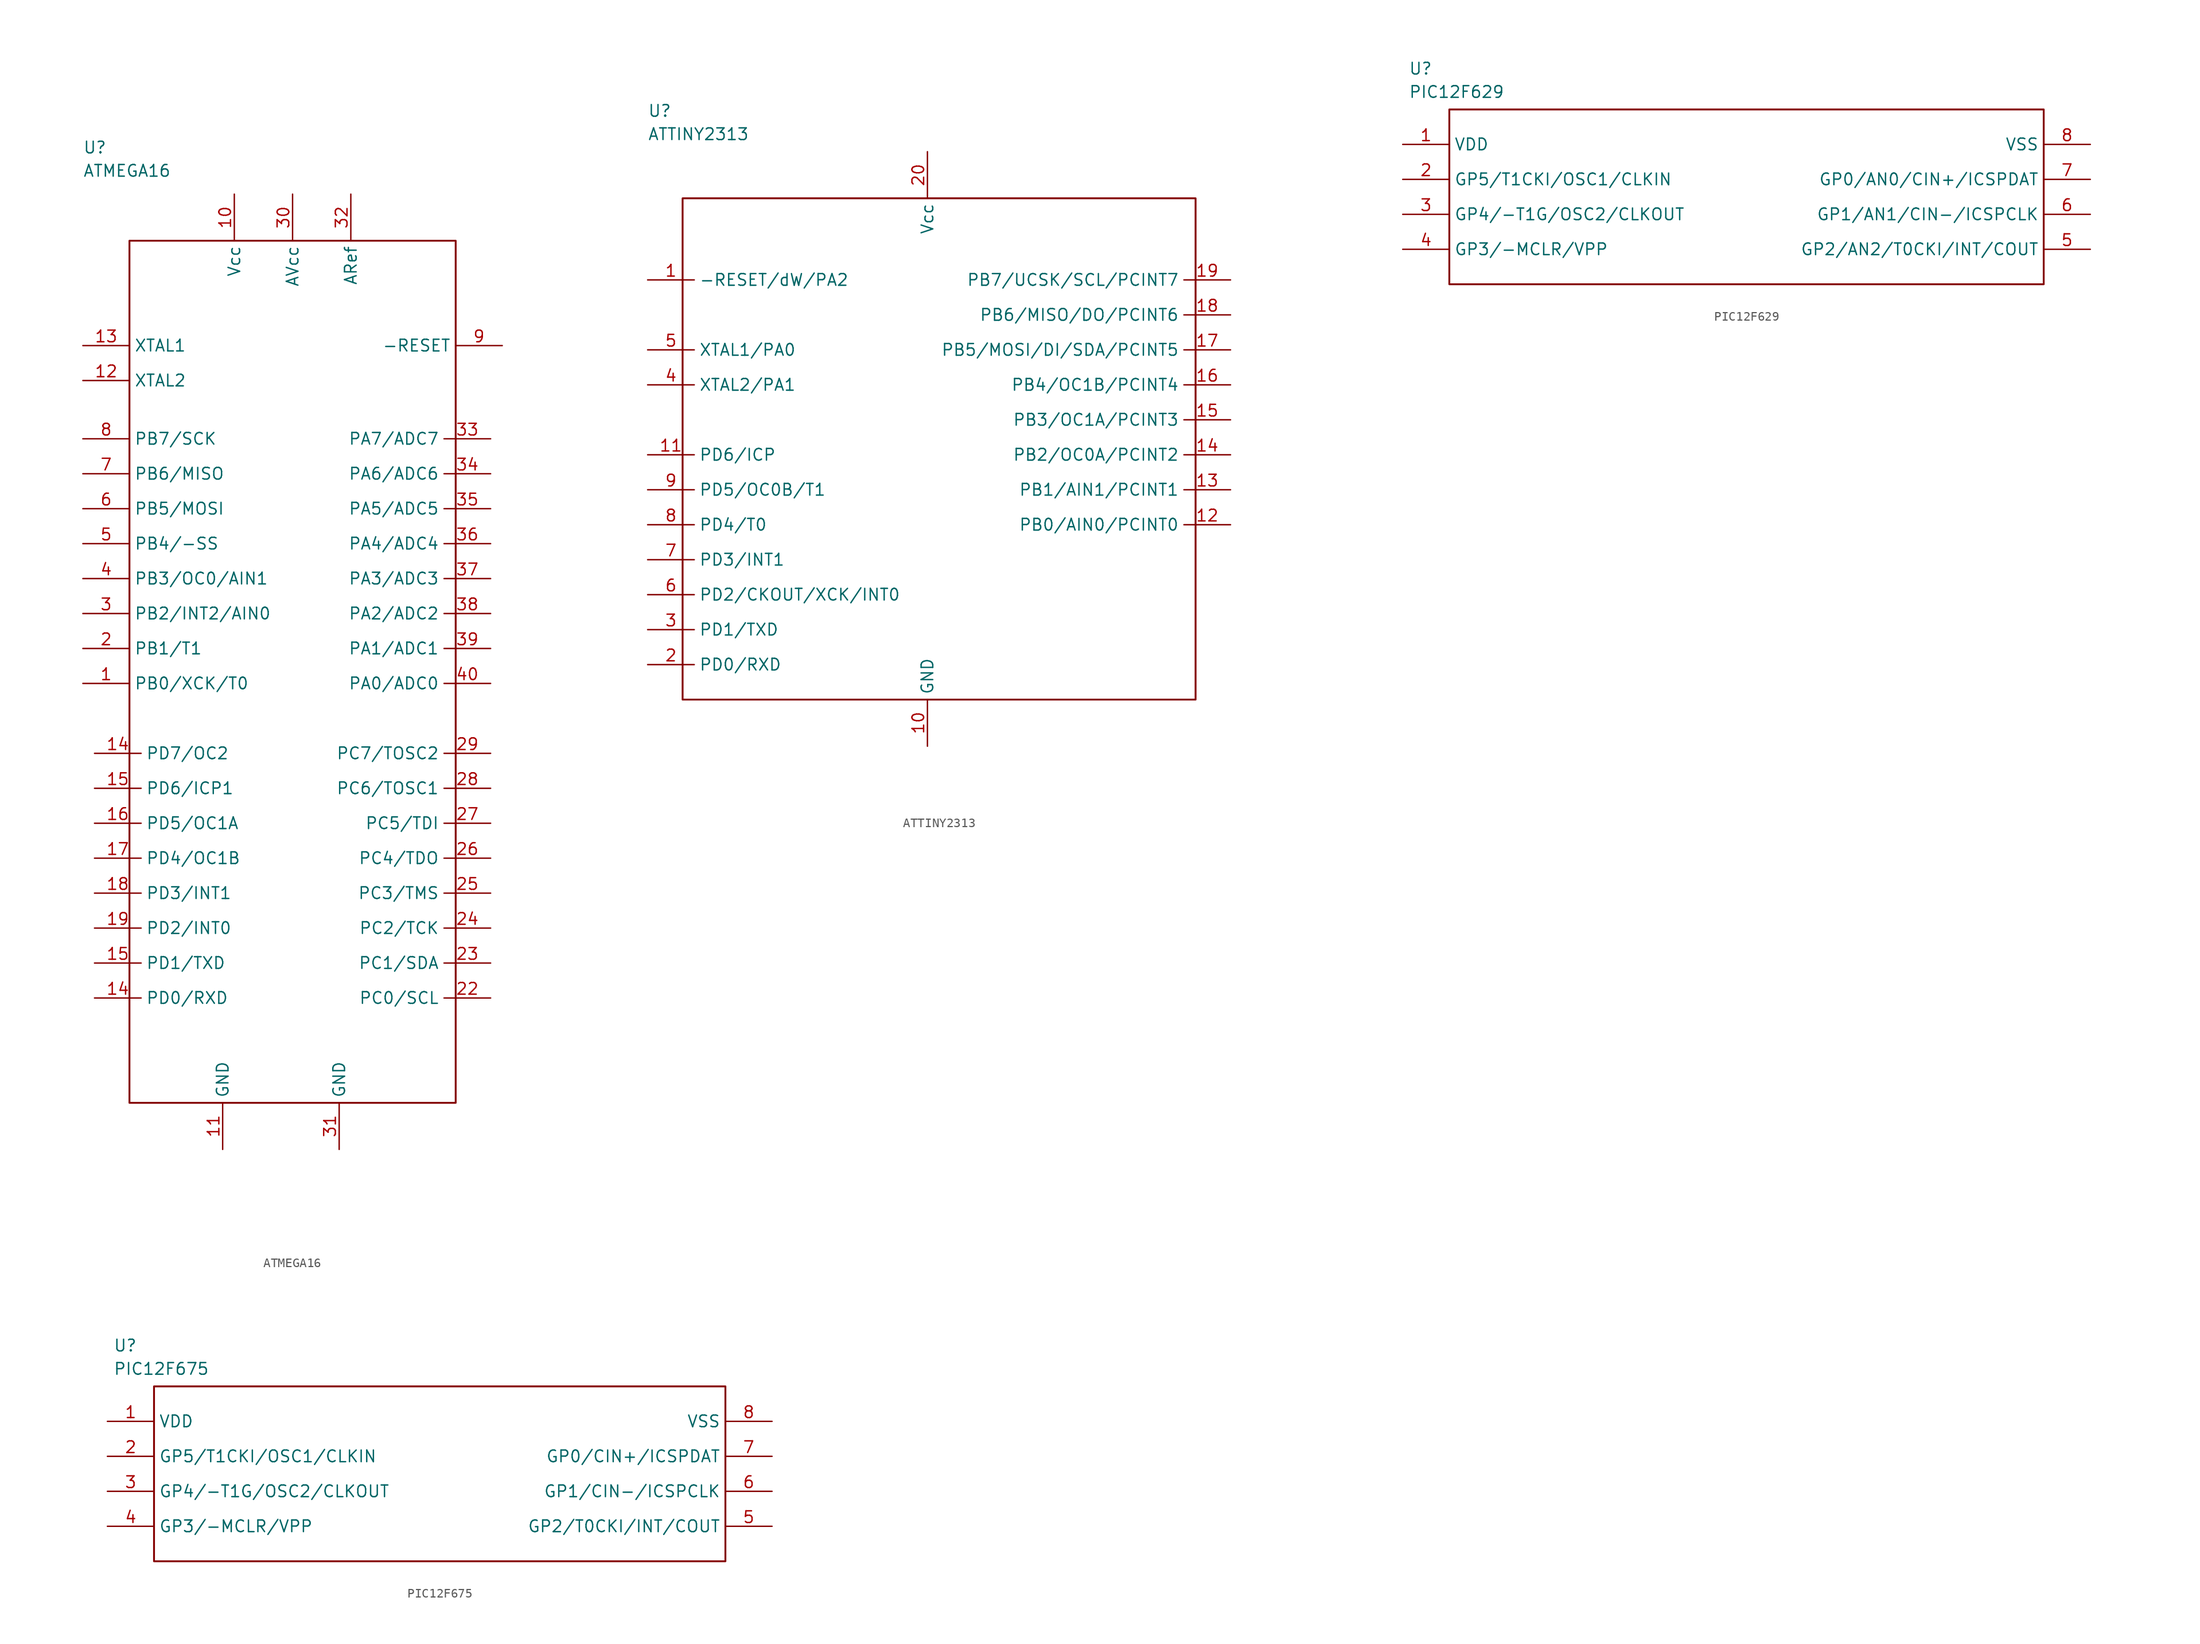
<source format=kicad_sym>
(kicad_symbol_lib
  (version 20211014)
  (generator kicad_symbol_editor)
  (symbol "ATMEGA16"
    (property "Reference" "U"
      (at -22.86 57.15 0)
      (effects (font (size 1.27 1.27)) (justify left)))
    (property "Value" "ATMEGA16"
      (at -22.86 54.61 0)
      (effects (font (size 1.27 1.27)) (justify left)))
    (property "ki_locked" ""
      (at 0 0 0)
      (effects (font (size 1.27 1.27))))
    (symbol "ATMEGA16_0_0"
      (rectangle (start -17.78 46.99) (end 17.78 -46.99) (stroke (width 0.203) (type default) (color 0 0 0 0)) (fill (type none))))
    (symbol "ATMEGA16_1_0"
      (pin unspecified line (at -22.86 -1.27 0) (length 5.08) (name "PB0/XCK/T0" (effects (font (size 1.27 1.27)))) (number "1" (effects (font (size 1.27 1.27)))))
      (pin unspecified line (at -6.35 52.07 270) (length 5.08) (name "Vcc" (effects (font (size 1.27 1.27)))) (number "10" (effects (font (size 1.27 1.27)))))
      (pin unspecified line (at -7.62 -52.07 90) (length 5.08) (name "GND" (effects (font (size 1.27 1.27)))) (number "11" (effects (font (size 1.27 1.27)))))
      (pin unspecified line (at -22.86 31.75 0) (length 5.08) (name "XTAL2" (effects (font (size 1.27 1.27)))) (number "12" (effects (font (size 1.27 1.27)))))
      (pin unspecified line (at -22.86 35.56 0) (length 5.08) (name "XTAL1" (effects (font (size 1.27 1.27)))) (number "13" (effects (font (size 1.27 1.27)))))
      (pin unspecified line (at -21.59 -35.56 0) (length 5.08) (name "PD0/RXD" (effects (font (size 1.27 1.27)))) (number "14" (effects (font (size 1.27 1.27)))))
      (pin unspecified line (at -21.59 -8.89 0) (length 5.08) (name "PD7/OC2" (effects (font (size 1.27 1.27)))) (number "14" (effects (font (size 1.27 1.27)))))
      (pin unspecified line (at -21.59 -31.75 0) (length 5.08) (name "PD1/TXD" (effects (font (size 1.27 1.27)))) (number "15" (effects (font (size 1.27 1.27)))))
      (pin unspecified line (at -21.59 -12.7 0) (length 5.08) (name "PD6/ICP1" (effects (font (size 1.27 1.27)))) (number "15" (effects (font (size 1.27 1.27)))))
      (pin unspecified line (at -21.59 -16.51 0) (length 5.08) (name "PD5/OC1A" (effects (font (size 1.27 1.27)))) (number "16" (effects (font (size 1.27 1.27)))))
      (pin unspecified line (at -21.59 -20.32 0) (length 5.08) (name "PD4/OC1B" (effects (font (size 1.27 1.27)))) (number "17" (effects (font (size 1.27 1.27)))))
      (pin unspecified line (at -21.59 -24.13 0) (length 5.08) (name "PD3/INT1" (effects (font (size 1.27 1.27)))) (number "18" (effects (font (size 1.27 1.27)))))
      (pin unspecified line (at -21.59 -27.94 0) (length 5.08) (name "PD2/INT0" (effects (font (size 1.27 1.27)))) (number "19" (effects (font (size 1.27 1.27)))))
      (pin unspecified line (at -22.86 2.54 0) (length 5.08) (name "PB1/T1" (effects (font (size 1.27 1.27)))) (number "2" (effects (font (size 1.27 1.27)))))
      (pin unspecified line (at 21.59 -35.56 180) (length 5.08) (name "PC0/SCL" (effects (font (size 1.27 1.27)))) (number "22" (effects (font (size 1.27 1.27)))))
      (pin unspecified line (at 21.59 -31.75 180) (length 5.08) (name "PC1/SDA" (effects (font (size 1.27 1.27)))) (number "23" (effects (font (size 1.27 1.27)))))
      (pin unspecified line (at 21.59 -27.94 180) (length 5.08) (name "PC2/TCK" (effects (font (size 1.27 1.27)))) (number "24" (effects (font (size 1.27 1.27)))))
      (pin unspecified line (at 21.59 -24.13 180) (length 5.08) (name "PC3/TMS" (effects (font (size 1.27 1.27)))) (number "25" (effects (font (size 1.27 1.27)))))
      (pin unspecified line (at 21.59 -20.32 180) (length 5.08) (name "PC4/TDO" (effects (font (size 1.27 1.27)))) (number "26" (effects (font (size 1.27 1.27)))))
      (pin unspecified line (at 21.59 -16.51 180) (length 5.08) (name "PC5/TDI" (effects (font (size 1.27 1.27)))) (number "27" (effects (font (size 1.27 1.27)))))
      (pin unspecified line (at 21.59 -12.7 180) (length 5.08) (name "PC6/TOSC1" (effects (font (size 1.27 1.27)))) (number "28" (effects (font (size 1.27 1.27)))))
      (pin unspecified line (at 21.59 -8.89 180) (length 5.08) (name "PC7/TOSC2" (effects (font (size 1.27 1.27)))) (number "29" (effects (font (size 1.27 1.27)))))
      (pin unspecified line (at -22.86 6.35 0) (length 5.08) (name "PB2/INT2/AIN0" (effects (font (size 1.27 1.27)))) (number "3" (effects (font (size 1.27 1.27)))))
      (pin unspecified line (at 0 52.07 270) (length 5.08) (name "AVcc" (effects (font (size 1.27 1.27)))) (number "30" (effects (font (size 1.27 1.27)))))
      (pin unspecified line (at 5.08 -52.07 90) (length 5.08) (name "GND" (effects (font (size 1.27 1.27)))) (number "31" (effects (font (size 1.27 1.27)))))
      (pin unspecified line (at 6.35 52.07 270) (length 5.08) (name "ARef" (effects (font (size 1.27 1.27)))) (number "32" (effects (font (size 1.27 1.27)))))
      (pin unspecified line (at 21.59 25.4 180) (length 5.08) (name "PA7/ADC7" (effects (font (size 1.27 1.27)))) (number "33" (effects (font (size 1.27 1.27)))))
      (pin unspecified line (at 21.59 21.59 180) (length 5.08) (name "PA6/ADC6" (effects (font (size 1.27 1.27)))) (number "34" (effects (font (size 1.27 1.27)))))
      (pin unspecified line (at 21.59 17.78 180) (length 5.08) (name "PA5/ADC5" (effects (font (size 1.27 1.27)))) (number "35" (effects (font (size 1.27 1.27)))))
      (pin unspecified line (at 21.59 13.97 180) (length 5.08) (name "PA4/ADC4" (effects (font (size 1.27 1.27)))) (number "36" (effects (font (size 1.27 1.27)))))
      (pin unspecified line (at 21.59 10.16 180) (length 5.08) (name "PA3/ADC3" (effects (font (size 1.27 1.27)))) (number "37" (effects (font (size 1.27 1.27)))))
      (pin unspecified line (at 21.59 6.35 180) (length 5.08) (name "PA2/ADC2" (effects (font (size 1.27 1.27)))) (number "38" (effects (font (size 1.27 1.27)))))
      (pin unspecified line (at 21.59 2.54 180) (length 5.08) (name "PA1/ADC1" (effects (font (size 1.27 1.27)))) (number "39" (effects (font (size 1.27 1.27)))))
      (pin unspecified line (at -22.86 10.16 0) (length 5.08) (name "PB3/OC0/AIN1" (effects (font (size 1.27 1.27)))) (number "4" (effects (font (size 1.27 1.27)))))
      (pin unspecified line (at 21.59 -1.27 180) (length 5.08) (name "PA0/ADC0" (effects (font (size 1.27 1.27)))) (number "40" (effects (font (size 1.27 1.27)))))
      (pin unspecified line (at -22.86 13.97 0) (length 5.08) (name "PB4/-SS" (effects (font (size 1.27 1.27)))) (number "5" (effects (font (size 1.27 1.27)))))
      (pin unspecified line (at -22.86 17.78 0) (length 5.08) (name "PB5/MOSI" (effects (font (size 1.27 1.27)))) (number "6" (effects (font (size 1.27 1.27)))))
      (pin unspecified line (at -22.86 21.59 0) (length 5.08) (name "PB6/MISO" (effects (font (size 1.27 1.27)))) (number "7" (effects (font (size 1.27 1.27)))))
      (pin unspecified line (at -22.86 25.4 0) (length 5.08) (name "PB7/SCK" (effects (font (size 1.27 1.27)))) (number "8" (effects (font (size 1.27 1.27)))))
      (pin unspecified line (at 22.86 35.56 180) (length 5.08) (name "-RESET" (effects (font (size 1.27 1.27)))) (number "9" (effects (font (size 1.27 1.27)))))))
  (symbol "ATTINY2313"
    (property "Reference" "U"
      (at -31.75 37.465 0)
      (effects (font (size 1.27 1.27)) (justify left)))
    (property "Value" "ATTINY2313"
      (at -31.75 34.925 0)
      (effects (font (size 1.27 1.27)) (justify left)))
    (property "ki_locked" ""
      (at 0 0 0)
      (effects (font (size 1.27 1.27))))
    (symbol "ATTINY2313_0_0"
      (rectangle (start -27.94 27.94) (end 27.94 -26.67) (stroke (width 0.203) (type default) (color 0 0 0 0)) (fill (type none))))
    (symbol "ATTINY2313_1_0"
      (pin unspecified line (at -31.75 19.05 0) (length 5.08) (name "-RESET/dW/PA2" (effects (font (size 1.27 1.27)))) (number "1" (effects (font (size 1.27 1.27)))))
      (pin unspecified line (at -1.27 -31.75 90) (length 5.08) (name "GND" (effects (font (size 1.27 1.27)))) (number "10" (effects (font (size 1.27 1.27)))))
      (pin unspecified line (at -31.75 0 0) (length 5.08) (name "PD6/ICP" (effects (font (size 1.27 1.27)))) (number "11" (effects (font (size 1.27 1.27)))))
      (pin unspecified line (at 31.75 -7.62 180) (length 5.08) (name "PB0/AIN0/PCINT0" (effects (font (size 1.27 1.27)))) (number "12" (effects (font (size 1.27 1.27)))))
      (pin unspecified line (at 31.75 -3.81 180) (length 5.08) (name "PB1/AIN1/PCINT1" (effects (font (size 1.27 1.27)))) (number "13" (effects (font (size 1.27 1.27)))))
      (pin unspecified line (at 31.75 0 180) (length 5.08) (name "PB2/OC0A/PCINT2" (effects (font (size 1.27 1.27)))) (number "14" (effects (font (size 1.27 1.27)))))
      (pin unspecified line (at 31.75 3.81 180) (length 5.08) (name "PB3/OC1A/PCINT3" (effects (font (size 1.27 1.27)))) (number "15" (effects (font (size 1.27 1.27)))))
      (pin unspecified line (at 31.75 7.62 180) (length 5.08) (name "PB4/OC1B/PCINT4" (effects (font (size 1.27 1.27)))) (number "16" (effects (font (size 1.27 1.27)))))
      (pin unspecified line (at 31.75 11.43 180) (length 5.08) (name "PB5/MOSI/DI/SDA/PCINT5" (effects (font (size 1.27 1.27)))) (number "17" (effects (font (size 1.27 1.27)))))
      (pin unspecified line (at 31.75 15.24 180) (length 5.08) (name "PB6/MISO/DO/PCINT6" (effects (font (size 1.27 1.27)))) (number "18" (effects (font (size 1.27 1.27)))))
      (pin unspecified line (at 31.75 19.05 180) (length 5.08) (name "PB7/UCSK/SCL/PCINT7" (effects (font (size 1.27 1.27)))) (number "19" (effects (font (size 1.27 1.27)))))
      (pin unspecified line (at -31.75 -22.86 0) (length 5.08) (name "PD0/RXD" (effects (font (size 1.27 1.27)))) (number "2" (effects (font (size 1.27 1.27)))))
      (pin unspecified line (at -1.27 33.02 270) (length 5.08) (name "Vcc" (effects (font (size 1.27 1.27)))) (number "20" (effects (font (size 1.27 1.27)))))
      (pin unspecified line (at -31.75 -19.05 0) (length 5.08) (name "PD1/TXD" (effects (font (size 1.27 1.27)))) (number "3" (effects (font (size 1.27 1.27)))))
      (pin unspecified line (at -31.75 7.62 0) (length 5.08) (name "XTAL2/PA1" (effects (font (size 1.27 1.27)))) (number "4" (effects (font (size 1.27 1.27)))))
      (pin unspecified line (at -31.75 11.43 0) (length 5.08) (name "XTAL1/PA0" (effects (font (size 1.27 1.27)))) (number "5" (effects (font (size 1.27 1.27)))))
      (pin unspecified line (at -31.75 -15.24 0) (length 5.08) (name "PD2/CKOUT/XCK/INT0" (effects (font (size 1.27 1.27)))) (number "6" (effects (font (size 1.27 1.27)))))
      (pin unspecified line (at -31.75 -11.43 0) (length 5.08) (name "PD3/INT1" (effects (font (size 1.27 1.27)))) (number "7" (effects (font (size 1.27 1.27)))))
      (pin unspecified line (at -31.75 -7.62 0) (length 5.08) (name "PD4/T0" (effects (font (size 1.27 1.27)))) (number "8" (effects (font (size 1.27 1.27)))))
      (pin unspecified line (at -31.75 -3.81 0) (length 5.08) (name "PD5/OC0B/T1" (effects (font (size 1.27 1.27)))) (number "9" (effects (font (size 1.27 1.27)))))))
  (symbol "PIC12F629"
    (property "Reference" "U"
      (at -37.465 14.605 0)
      (effects (font (size 1.27 1.27)) (justify left)))
    (property "Value" "PIC12F629"
      (at -37.465 12.065 0)
      (effects (font (size 1.27 1.27)) (justify left)))
    (property "ki_locked" ""
      (at 0 0 0)
      (effects (font (size 1.27 1.27))))
    (symbol "PIC12F629_0_0"
      (rectangle (start -33.02 10.16) (end 31.75 -8.89) (stroke (width 0.203) (type default) (color 0 0 0 0)) (fill (type none))))
    (symbol "PIC12F629_1_0"
      (pin unspecified line (at -38.1 6.35 0) (length 5.08) (name "VDD" (effects (font (size 1.27 1.27)))) (number "1" (effects (font (size 1.27 1.27)))))
      (pin unspecified line (at -38.1 2.54 0) (length 5.08) (name "GP5/T1CKI/OSC1/CLKIN" (effects (font (size 1.27 1.27)))) (number "2" (effects (font (size 1.27 1.27)))))
      (pin unspecified line (at -38.1 -1.27 0) (length 5.08) (name "GP4/-T1G/OSC2/CLKOUT" (effects (font (size 1.27 1.27)))) (number "3" (effects (font (size 1.27 1.27)))))
      (pin unspecified line (at -38.1 -5.08 0) (length 5.08) (name "GP3/-MCLR/VPP" (effects (font (size 1.27 1.27)))) (number "4" (effects (font (size 1.27 1.27)))))
      (pin unspecified line (at 36.83 -5.08 180) (length 5.08) (name "GP2/AN2/T0CKI/INT/COUT" (effects (font (size 1.27 1.27)))) (number "5" (effects (font (size 1.27 1.27)))))
      (pin unspecified line (at 36.83 -1.27 180) (length 5.08) (name "GP1/AN1/CIN-/ICSPCLK" (effects (font (size 1.27 1.27)))) (number "6" (effects (font (size 1.27 1.27)))))
      (pin unspecified line (at 36.83 2.54 180) (length 5.08) (name "GP0/AN0/CIN+/ICSPDAT" (effects (font (size 1.27 1.27)))) (number "7" (effects (font (size 1.27 1.27)))))
      (pin unspecified line (at 36.83 6.35 180) (length 5.08) (name "VSS" (effects (font (size 1.27 1.27)))) (number "8" (effects (font (size 1.27 1.27)))))))
  (symbol "PIC12F675"
    (property "Reference" "U"
      (at -36.195 14.605 0)
      (effects (font (size 1.27 1.27)) (justify left)))
    (property "Value" "PIC12F675"
      (at -36.195 12.065 0)
      (effects (font (size 1.27 1.27)) (justify left)))
    (property "ki_locked" ""
      (at 0 0 0)
      (effects (font (size 1.27 1.27))))
    (symbol "PIC12F675_0_0"
      (rectangle (start -31.75 10.16) (end 30.48 -8.89) (stroke (width 0.203) (type default) (color 0 0 0 0)) (fill (type none))))
    (symbol "PIC12F675_1_0"
      (pin unspecified line (at -36.83 6.35 0) (length 5.08) (name "VDD" (effects (font (size 1.27 1.27)))) (number "1" (effects (font (size 1.27 1.27)))))
      (pin unspecified line (at -36.83 2.54 0) (length 5.08) (name "GP5/T1CKI/OSC1/CLKIN" (effects (font (size 1.27 1.27)))) (number "2" (effects (font (size 1.27 1.27)))))
      (pin unspecified line (at -36.83 -1.27 0) (length 5.08) (name "GP4/-T1G/OSC2/CLKOUT" (effects (font (size 1.27 1.27)))) (number "3" (effects (font (size 1.27 1.27)))))
      (pin unspecified line (at -36.83 -5.08 0) (length 5.08) (name "GP3/-MCLR/VPP" (effects (font (size 1.27 1.27)))) (number "4" (effects (font (size 1.27 1.27)))))
      (pin unspecified line (at 35.56 -5.08 180) (length 5.08) (name "GP2/T0CKI/INT/COUT" (effects (font (size 1.27 1.27)))) (number "5" (effects (font (size 1.27 1.27)))))
      (pin unspecified line (at 35.56 -1.27 180) (length 5.08) (name "GP1/CIN-/ICSPCLK" (effects (font (size 1.27 1.27)))) (number "6" (effects (font (size 1.27 1.27)))))
      (pin unspecified line (at 35.56 2.54 180) (length 5.08) (name "GP0/CIN+/ICSPDAT" (effects (font (size 1.27 1.27)))) (number "7" (effects (font (size 1.27 1.27)))))
      (pin unspecified line (at 35.56 6.35 180) (length 5.08) (name "VSS" (effects (font (size 1.27 1.27)))) (number "8" (effects (font (size 1.27 1.27))))))))
</source>
